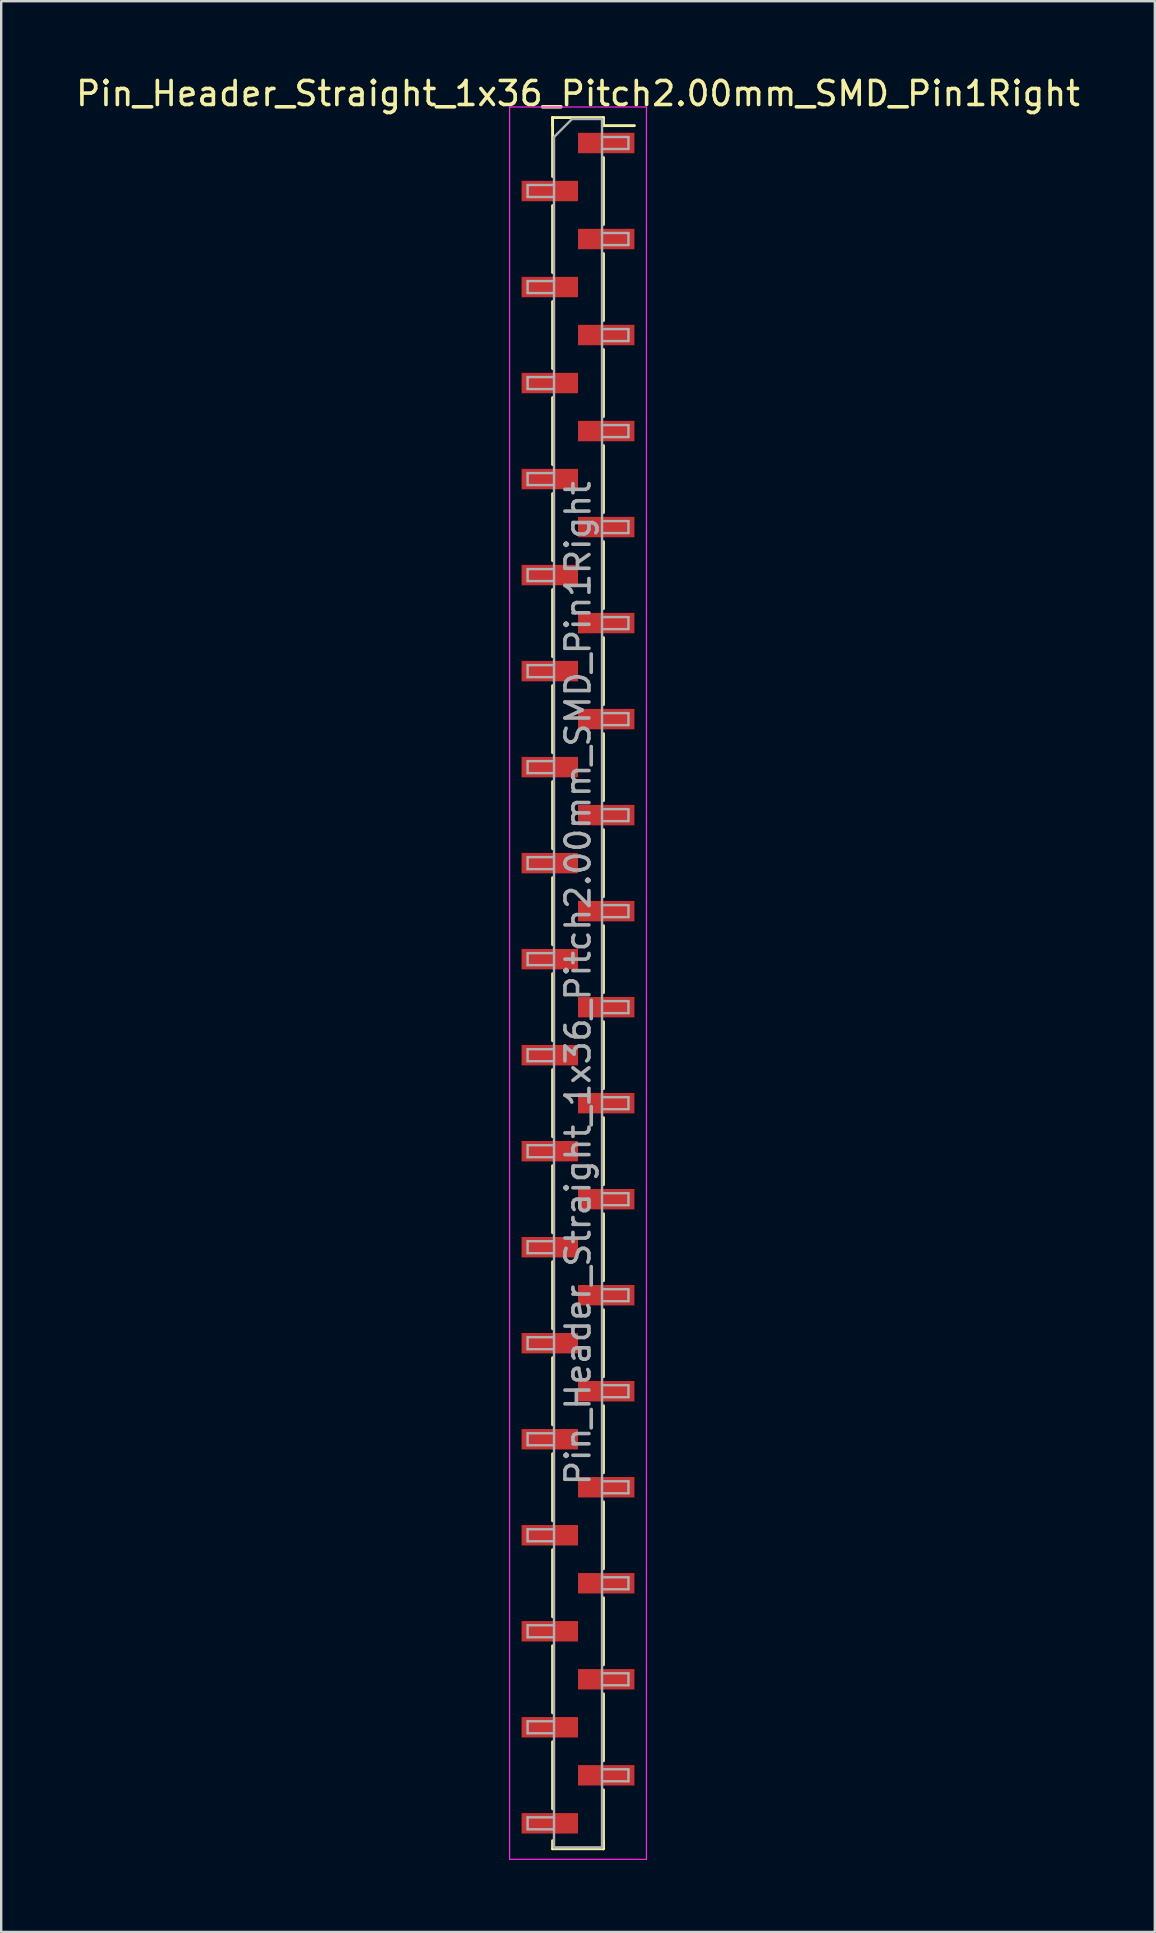
<source format=kicad_pcb>
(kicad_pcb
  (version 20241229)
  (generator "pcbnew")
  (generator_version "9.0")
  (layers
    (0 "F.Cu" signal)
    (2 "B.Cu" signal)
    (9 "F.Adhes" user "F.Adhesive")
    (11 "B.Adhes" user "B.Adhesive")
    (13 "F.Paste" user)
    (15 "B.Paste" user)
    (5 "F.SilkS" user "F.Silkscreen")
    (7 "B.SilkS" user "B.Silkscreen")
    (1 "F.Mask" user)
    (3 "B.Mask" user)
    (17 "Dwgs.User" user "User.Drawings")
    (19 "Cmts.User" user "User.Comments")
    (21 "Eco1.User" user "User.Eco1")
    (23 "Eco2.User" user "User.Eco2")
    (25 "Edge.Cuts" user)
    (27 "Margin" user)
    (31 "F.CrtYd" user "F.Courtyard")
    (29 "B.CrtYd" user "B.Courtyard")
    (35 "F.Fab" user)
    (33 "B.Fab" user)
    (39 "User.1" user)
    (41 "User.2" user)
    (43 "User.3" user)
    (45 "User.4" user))
  (footprint "Pin_Header_Straight_1x36_Pitch2.00mm_SMD_Pin1Right"
    (layer "F.Cu")
    (at 21.03 37.908)
    (property "Reference" "Pin_Header_Straight_1x36_Pitch2.00mm_SMD_Pin1Right" (at 0 -37.06 0) (layer "F.SilkS") (effects (font (size 1 1) (thickness 0.15))))
    (attr smd)
    (fp_line (start -1.06 -36.06) (end -1.06 -33.605) (stroke (width 0.12) (type solid)) (layer "F.SilkS"))
    (fp_line (start -1.06 -36.06) (end 1.06 -36.06) (stroke (width 0.12) (type solid)) (layer "F.SilkS"))
    (fp_line (start -1.06 -35.725) (end -1.06 -36.06) (stroke (width 0.12) (type solid)) (layer "F.SilkS"))
    (fp_line (start -1.06 -32.395) (end -1.06 -29.605) (stroke (width 0.12) (type solid)) (layer "F.SilkS"))
    (fp_line (start -1.06 -28.395) (end -1.06 -25.605) (stroke (width 0.12) (type solid)) (layer "F.SilkS"))
    (fp_line (start -1.06 -24.395) (end -1.06 -21.605) (stroke (width 0.12) (type solid)) (layer "F.SilkS"))
    (fp_line (start -1.06 -20.395) (end -1.06 -17.605) (stroke (width 0.12) (type solid)) (layer "F.SilkS"))
    (fp_line (start -1.06 -16.395) (end -1.06 -13.605) (stroke (width 0.12) (type solid)) (layer "F.SilkS"))
    (fp_line (start -1.06 -12.395) (end -1.06 -9.605) (stroke (width 0.12) (type solid)) (layer "F.SilkS"))
    (fp_line (start -1.06 -8.395) (end -1.06 -5.605) (stroke (width 0.12) (type solid)) (layer "F.SilkS"))
    (fp_line (start -1.06 -4.395) (end -1.06 -1.605) (stroke (width 0.12) (type solid)) (layer "F.SilkS"))
    (fp_line (start -1.06 -0.395) (end -1.06 2.395) (stroke (width 0.12) (type solid)) (layer "F.SilkS"))
    (fp_line (start -1.06 3.605) (end -1.06 6.395) (stroke (width 0.12) (type solid)) (layer "F.SilkS"))
    (fp_line (start -1.06 7.605) (end -1.06 10.395) (stroke (width 0.12) (type solid)) (layer "F.SilkS"))
    (fp_line (start -1.06 11.605) (end -1.06 14.395) (stroke (width 0.12) (type solid)) (layer "F.SilkS"))
    (fp_line (start -1.06 15.605) (end -1.06 18.395) (stroke (width 0.12) (type solid)) (layer "F.SilkS"))
    (fp_line (start -1.06 19.605) (end -1.06 22.395) (stroke (width 0.12) (type solid)) (layer "F.SilkS"))
    (fp_line (start -1.06 23.605) (end -1.06 26.395) (stroke (width 0.12) (type solid)) (layer "F.SilkS"))
    (fp_line (start -1.06 27.605) (end -1.06 30.395) (stroke (width 0.12) (type solid)) (layer "F.SilkS"))
    (fp_line (start -1.06 31.605) (end -1.06 34.395) (stroke (width 0.12) (type solid)) (layer "F.SilkS"))
    (fp_line (start -1.06 35.725) (end -1.06 36.06) (stroke (width 0.12) (type solid)) (layer "F.SilkS"))
    (fp_line (start -1.06 36.06) (end 1.06 36.06) (stroke (width 0.12) (type solid)) (layer "F.SilkS"))
    (fp_line (start 1.06 -36.06) (end 1.06 -35.725) (stroke (width 0.12) (type solid)) (layer "F.SilkS"))
    (fp_line (start 1.06 -35.725) (end 2.35 -35.725) (stroke (width 0.12) (type solid)) (layer "F.SilkS"))
    (fp_line (start 1.06 -34.395) (end 1.06 -31.605) (stroke (width 0.12) (type solid)) (layer "F.SilkS"))
    (fp_line (start 1.06 -30.395) (end 1.06 -27.605) (stroke (width 0.12) (type solid)) (layer "F.SilkS"))
    (fp_line (start 1.06 -26.395) (end 1.06 -23.605) (stroke (width 0.12) (type solid)) (layer "F.SilkS"))
    (fp_line (start 1.06 -22.395) (end 1.06 -19.605) (stroke (width 0.12) (type solid)) (layer "F.SilkS"))
    (fp_line (start 1.06 -18.395) (end 1.06 -15.605) (stroke (width 0.12) (type solid)) (layer "F.SilkS"))
    (fp_line (start 1.06 -14.395) (end 1.06 -11.605) (stroke (width 0.12) (type solid)) (layer "F.SilkS"))
    (fp_line (start 1.06 -10.395) (end 1.06 -7.605) (stroke (width 0.12) (type solid)) (layer "F.SilkS"))
    (fp_line (start 1.06 -6.395) (end 1.06 -3.605) (stroke (width 0.12) (type solid)) (layer "F.SilkS"))
    (fp_line (start 1.06 -2.395) (end 1.06 0.395) (stroke (width 0.12) (type solid)) (layer "F.SilkS"))
    (fp_line (start 1.06 1.605) (end 1.06 4.395) (stroke (width 0.12) (type solid)) (layer "F.SilkS"))
    (fp_line (start 1.06 5.605) (end 1.06 8.395) (stroke (width 0.12) (type solid)) (layer "F.SilkS"))
    (fp_line (start 1.06 9.605) (end 1.06 12.395) (stroke (width 0.12) (type solid)) (layer "F.SilkS"))
    (fp_line (start 1.06 13.605) (end 1.06 16.395) (stroke (width 0.12) (type solid)) (layer "F.SilkS"))
    (fp_line (start 1.06 17.605) (end 1.06 20.395) (stroke (width 0.12) (type solid)) (layer "F.SilkS"))
    (fp_line (start 1.06 21.605) (end 1.06 24.395) (stroke (width 0.12) (type solid)) (layer "F.SilkS"))
    (fp_line (start 1.06 25.605) (end 1.06 28.395) (stroke (width 0.12) (type solid)) (layer "F.SilkS"))
    (fp_line (start 1.06 29.605) (end 1.06 32.395) (stroke (width 0.12) (type solid)) (layer "F.SilkS"))
    (fp_line (start 1.06 33.605) (end 1.06 36.06) (stroke (width 0.12) (type solid)) (layer "F.SilkS"))
    (fp_line (start 1.06 36.06) (end 1.06 35.725) (stroke (width 0.12) (type solid)) (layer "F.SilkS"))
    (fp_line (start -2.85 -36.5) (end -2.85 36.5) (stroke (width 0.05) (type solid)) (layer "F.CrtYd"))
    (fp_line (start -2.85 36.5) (end 2.85 36.5) (stroke (width 0.05) (type solid)) (layer "F.CrtYd"))
    (fp_line (start 2.85 -36.5) (end -2.85 -36.5) (stroke (width 0.05) (type solid)) (layer "F.CrtYd"))
    (fp_line (start 2.85 36.5) (end 2.85 -36.5) (stroke (width 0.05) (type solid)) (layer "F.CrtYd"))
    (fp_line (start -2.1 -33.25) (end -2.1 -32.75) (stroke (width 0.1) (type solid)) (layer "F.Fab"))
    (fp_line (start -2.1 -32.75) (end -1 -32.75) (stroke (width 0.1) (type solid)) (layer "F.Fab"))
    (fp_line (start -2.1 -29.25) (end -2.1 -28.75) (stroke (width 0.1) (type solid)) (layer "F.Fab"))
    (fp_line (start -2.1 -28.75) (end -1 -28.75) (stroke (width 0.1) (type solid)) (layer "F.Fab"))
    (fp_line (start -2.1 -25.25) (end -2.1 -24.75) (stroke (width 0.1) (type solid)) (layer "F.Fab"))
    (fp_line (start -2.1 -24.75) (end -1 -24.75) (stroke (width 0.1) (type solid)) (layer "F.Fab"))
    (fp_line (start -2.1 -21.25) (end -2.1 -20.75) (stroke (width 0.1) (type solid)) (layer "F.Fab"))
    (fp_line (start -2.1 -20.75) (end -1 -20.75) (stroke (width 0.1) (type solid)) (layer "F.Fab"))
    (fp_line (start -2.1 -17.25) (end -2.1 -16.75) (stroke (width 0.1) (type solid)) (layer "F.Fab"))
    (fp_line (start -2.1 -16.75) (end -1 -16.75) (stroke (width 0.1) (type solid)) (layer "F.Fab"))
    (fp_line (start -2.1 -13.25) (end -2.1 -12.75) (stroke (width 0.1) (type solid)) (layer "F.Fab"))
    (fp_line (start -2.1 -12.75) (end -1 -12.75) (stroke (width 0.1) (type solid)) (layer "F.Fab"))
    (fp_line (start -2.1 -9.25) (end -2.1 -8.75) (stroke (width 0.1) (type solid)) (layer "F.Fab"))
    (fp_line (start -2.1 -8.75) (end -1 -8.75) (stroke (width 0.1) (type solid)) (layer "F.Fab"))
    (fp_line (start -2.1 -5.25) (end -2.1 -4.75) (stroke (width 0.1) (type solid)) (layer "F.Fab"))
    (fp_line (start -2.1 -4.75) (end -1 -4.75) (stroke (width 0.1) (type solid)) (layer "F.Fab"))
    (fp_line (start -2.1 -1.25) (end -2.1 -0.75) (stroke (width 0.1) (type solid)) (layer "F.Fab"))
    (fp_line (start -2.1 -0.75) (end -1 -0.75) (stroke (width 0.1) (type solid)) (layer "F.Fab"))
    (fp_line (start -2.1 2.75) (end -2.1 3.25) (stroke (width 0.1) (type solid)) (layer "F.Fab"))
    (fp_line (start -2.1 3.25) (end -1 3.25) (stroke (width 0.1) (type solid)) (layer "F.Fab"))
    (fp_line (start -2.1 6.75) (end -2.1 7.25) (stroke (width 0.1) (type solid)) (layer "F.Fab"))
    (fp_line (start -2.1 7.25) (end -1 7.25) (stroke (width 0.1) (type solid)) (layer "F.Fab"))
    (fp_line (start -2.1 10.75) (end -2.1 11.25) (stroke (width 0.1) (type solid)) (layer "F.Fab"))
    (fp_line (start -2.1 11.25) (end -1 11.25) (stroke (width 0.1) (type solid)) (layer "F.Fab"))
    (fp_line (start -2.1 14.75) (end -2.1 15.25) (stroke (width 0.1) (type solid)) (layer "F.Fab"))
    (fp_line (start -2.1 15.25) (end -1 15.25) (stroke (width 0.1) (type solid)) (layer "F.Fab"))
    (fp_line (start -2.1 18.75) (end -2.1 19.25) (stroke (width 0.1) (type solid)) (layer "F.Fab"))
    (fp_line (start -2.1 19.25) (end -1 19.25) (stroke (width 0.1) (type solid)) (layer "F.Fab"))
    (fp_line (start -2.1 22.75) (end -2.1 23.25) (stroke (width 0.1) (type solid)) (layer "F.Fab"))
    (fp_line (start -2.1 23.25) (end -1 23.25) (stroke (width 0.1) (type solid)) (layer "F.Fab"))
    (fp_line (start -2.1 26.75) (end -2.1 27.25) (stroke (width 0.1) (type solid)) (layer "F.Fab"))
    (fp_line (start -2.1 27.25) (end -1 27.25) (stroke (width 0.1) (type solid)) (layer "F.Fab"))
    (fp_line (start -2.1 30.75) (end -2.1 31.25) (stroke (width 0.1) (type solid)) (layer "F.Fab"))
    (fp_line (start -2.1 31.25) (end -1 31.25) (stroke (width 0.1) (type solid)) (layer "F.Fab"))
    (fp_line (start -2.1 34.75) (end -2.1 35.25) (stroke (width 0.1) (type solid)) (layer "F.Fab"))
    (fp_line (start -2.1 35.25) (end -1 35.25) (stroke (width 0.1) (type solid)) (layer "F.Fab"))
    (fp_line (start -1 -35.25) (end -0.25 -36) (stroke (width 0.1) (type solid)) (layer "F.Fab"))
    (fp_line (start -1 -33.25) (end -2.1 -33.25) (stroke (width 0.1) (type solid)) (layer "F.Fab"))
    (fp_line (start -1 -29.25) (end -2.1 -29.25) (stroke (width 0.1) (type solid)) (layer "F.Fab"))
    (fp_line (start -1 -25.25) (end -2.1 -25.25) (stroke (width 0.1) (type solid)) (layer "F.Fab"))
    (fp_line (start -1 -21.25) (end -2.1 -21.25) (stroke (width 0.1) (type solid)) (layer "F.Fab"))
    (fp_line (start -1 -17.25) (end -2.1 -17.25) (stroke (width 0.1) (type solid)) (layer "F.Fab"))
    (fp_line (start -1 -13.25) (end -2.1 -13.25) (stroke (width 0.1) (type solid)) (layer "F.Fab"))
    (fp_line (start -1 -9.25) (end -2.1 -9.25) (stroke (width 0.1) (type solid)) (layer "F.Fab"))
    (fp_line (start -1 -5.25) (end -2.1 -5.25) (stroke (width 0.1) (type solid)) (layer "F.Fab"))
    (fp_line (start -1 -1.25) (end -2.1 -1.25) (stroke (width 0.1) (type solid)) (layer "F.Fab"))
    (fp_line (start -1 2.75) (end -2.1 2.75) (stroke (width 0.1) (type solid)) (layer "F.Fab"))
    (fp_line (start -1 6.75) (end -2.1 6.75) (stroke (width 0.1) (type solid)) (layer "F.Fab"))
    (fp_line (start -1 10.75) (end -2.1 10.75) (stroke (width 0.1) (type solid)) (layer "F.Fab"))
    (fp_line (start -1 14.75) (end -2.1 14.75) (stroke (width 0.1) (type solid)) (layer "F.Fab"))
    (fp_line (start -1 18.75) (end -2.1 18.75) (stroke (width 0.1) (type solid)) (layer "F.Fab"))
    (fp_line (start -1 22.75) (end -2.1 22.75) (stroke (width 0.1) (type solid)) (layer "F.Fab"))
    (fp_line (start -1 26.75) (end -2.1 26.75) (stroke (width 0.1) (type solid)) (layer "F.Fab"))
    (fp_line (start -1 30.75) (end -2.1 30.75) (stroke (width 0.1) (type solid)) (layer "F.Fab"))
    (fp_line (start -1 34.75) (end -2.1 34.75) (stroke (width 0.1) (type solid)) (layer "F.Fab"))
    (fp_line (start -1 36) (end -1 -35.25) (stroke (width 0.1) (type solid)) (layer "F.Fab"))
    (fp_line (start -0.25 -36) (end 1 -36) (stroke (width 0.1) (type solid)) (layer "F.Fab"))
    (fp_line (start 1 -36) (end 1 36) (stroke (width 0.1) (type solid)) (layer "F.Fab"))
    (fp_line (start 1 -35.25) (end 2.1 -35.25) (stroke (width 0.1) (type solid)) (layer "F.Fab"))
    (fp_line (start 1 -31.25) (end 2.1 -31.25) (stroke (width 0.1) (type solid)) (layer "F.Fab"))
    (fp_line (start 1 -27.25) (end 2.1 -27.25) (stroke (width 0.1) (type solid)) (layer "F.Fab"))
    (fp_line (start 1 -23.25) (end 2.1 -23.25) (stroke (width 0.1) (type solid)) (layer "F.Fab"))
    (fp_line (start 1 -19.25) (end 2.1 -19.25) (stroke (width 0.1) (type solid)) (layer "F.Fab"))
    (fp_line (start 1 -15.25) (end 2.1 -15.25) (stroke (width 0.1) (type solid)) (layer "F.Fab"))
    (fp_line (start 1 -11.25) (end 2.1 -11.25) (stroke (width 0.1) (type solid)) (layer "F.Fab"))
    (fp_line (start 1 -7.25) (end 2.1 -7.25) (stroke (width 0.1) (type solid)) (layer "F.Fab"))
    (fp_line (start 1 -3.25) (end 2.1 -3.25) (stroke (width 0.1) (type solid)) (layer "F.Fab"))
    (fp_line (start 1 0.75) (end 2.1 0.75) (stroke (width 0.1) (type solid)) (layer "F.Fab"))
    (fp_line (start 1 4.75) (end 2.1 4.75) (stroke (width 0.1) (type solid)) (layer "F.Fab"))
    (fp_line (start 1 8.75) (end 2.1 8.75) (stroke (width 0.1) (type solid)) (layer "F.Fab"))
    (fp_line (start 1 12.75) (end 2.1 12.75) (stroke (width 0.1) (type solid)) (layer "F.Fab"))
    (fp_line (start 1 16.75) (end 2.1 16.75) (stroke (width 0.1) (type solid)) (layer "F.Fab"))
    (fp_line (start 1 20.75) (end 2.1 20.75) (stroke (width 0.1) (type solid)) (layer "F.Fab"))
    (fp_line (start 1 24.75) (end 2.1 24.75) (stroke (width 0.1) (type solid)) (layer "F.Fab"))
    (fp_line (start 1 28.75) (end 2.1 28.75) (stroke (width 0.1) (type solid)) (layer "F.Fab"))
    (fp_line (start 1 32.75) (end 2.1 32.75) (stroke (width 0.1) (type solid)) (layer "F.Fab"))
    (fp_line (start 1 36) (end -1 36) (stroke (width 0.1) (type solid)) (layer "F.Fab"))
    (fp_line (start 2.1 -35.25) (end 2.1 -34.75) (stroke (width 0.1) (type solid)) (layer "F.Fab"))
    (fp_line (start 2.1 -34.75) (end 1 -34.75) (stroke (width 0.1) (type solid)) (layer "F.Fab"))
    (fp_line (start 2.1 -31.25) (end 2.1 -30.75) (stroke (width 0.1) (type solid)) (layer "F.Fab"))
    (fp_line (start 2.1 -30.75) (end 1 -30.75) (stroke (width 0.1) (type solid)) (layer "F.Fab"))
    (fp_line (start 2.1 -27.25) (end 2.1 -26.75) (stroke (width 0.1) (type solid)) (layer "F.Fab"))
    (fp_line (start 2.1 -26.75) (end 1 -26.75) (stroke (width 0.1) (type solid)) (layer "F.Fab"))
    (fp_line (start 2.1 -23.25) (end 2.1 -22.75) (stroke (width 0.1) (type solid)) (layer "F.Fab"))
    (fp_line (start 2.1 -22.75) (end 1 -22.75) (stroke (width 0.1) (type solid)) (layer "F.Fab"))
    (fp_line (start 2.1 -19.25) (end 2.1 -18.75) (stroke (width 0.1) (type solid)) (layer "F.Fab"))
    (fp_line (start 2.1 -18.75) (end 1 -18.75) (stroke (width 0.1) (type solid)) (layer "F.Fab"))
    (fp_line (start 2.1 -15.25) (end 2.1 -14.75) (stroke (width 0.1) (type solid)) (layer "F.Fab"))
    (fp_line (start 2.1 -14.75) (end 1 -14.75) (stroke (width 0.1) (type solid)) (layer "F.Fab"))
    (fp_line (start 2.1 -11.25) (end 2.1 -10.75) (stroke (width 0.1) (type solid)) (layer "F.Fab"))
    (fp_line (start 2.1 -10.75) (end 1 -10.75) (stroke (width 0.1) (type solid)) (layer "F.Fab"))
    (fp_line (start 2.1 -7.25) (end 2.1 -6.75) (stroke (width 0.1) (type solid)) (layer "F.Fab"))
    (fp_line (start 2.1 -6.75) (end 1 -6.75) (stroke (width 0.1) (type solid)) (layer "F.Fab"))
    (fp_line (start 2.1 -3.25) (end 2.1 -2.75) (stroke (width 0.1) (type solid)) (layer "F.Fab"))
    (fp_line (start 2.1 -2.75) (end 1 -2.75) (stroke (width 0.1) (type solid)) (layer "F.Fab"))
    (fp_line (start 2.1 0.75) (end 2.1 1.25) (stroke (width 0.1) (type solid)) (layer "F.Fab"))
    (fp_line (start 2.1 1.25) (end 1 1.25) (stroke (width 0.1) (type solid)) (layer "F.Fab"))
    (fp_line (start 2.1 4.75) (end 2.1 5.25) (stroke (width 0.1) (type solid)) (layer "F.Fab"))
    (fp_line (start 2.1 5.25) (end 1 5.25) (stroke (width 0.1) (type solid)) (layer "F.Fab"))
    (fp_line (start 2.1 8.75) (end 2.1 9.25) (stroke (width 0.1) (type solid)) (layer "F.Fab"))
    (fp_line (start 2.1 9.25) (end 1 9.25) (stroke (width 0.1) (type solid)) (layer "F.Fab"))
    (fp_line (start 2.1 12.75) (end 2.1 13.25) (stroke (width 0.1) (type solid)) (layer "F.Fab"))
    (fp_line (start 2.1 13.25) (end 1 13.25) (stroke (width 0.1) (type solid)) (layer "F.Fab"))
    (fp_line (start 2.1 16.75) (end 2.1 17.25) (stroke (width 0.1) (type solid)) (layer "F.Fab"))
    (fp_line (start 2.1 17.25) (end 1 17.25) (stroke (width 0.1) (type solid)) (layer "F.Fab"))
    (fp_line (start 2.1 20.75) (end 2.1 21.25) (stroke (width 0.1) (type solid)) (layer "F.Fab"))
    (fp_line (start 2.1 21.25) (end 1 21.25) (stroke (width 0.1) (type solid)) (layer "F.Fab"))
    (fp_line (start 2.1 24.75) (end 2.1 25.25) (stroke (width 0.1) (type solid)) (layer "F.Fab"))
    (fp_line (start 2.1 25.25) (end 1 25.25) (stroke (width 0.1) (type solid)) (layer "F.Fab"))
    (fp_line (start 2.1 28.75) (end 2.1 29.25) (stroke (width 0.1) (type solid)) (layer "F.Fab"))
    (fp_line (start 2.1 29.25) (end 1 29.25) (stroke (width 0.1) (type solid)) (layer "F.Fab"))
    (fp_line (start 2.1 32.75) (end 2.1 33.25) (stroke (width 0.1) (type solid)) (layer "F.Fab"))
    (fp_line (start 2.1 33.25) (end 1 33.25) (stroke (width 0.1) (type solid)) (layer "F.Fab"))
    (fp_text user "${REFERENCE}" (at 0 0 90) (layer "F.Fab") (effects (font (size 1 1) (thickness 0.15))))
    (pad "1" smd rect (at 1.175 -35) (size 2.35 0.85) (layers "F.Cu" "F.Mask" "F.Paste"))
    (pad "2" smd rect (at -1.175 -33) (size 2.35 0.85) (layers "F.Cu" "F.Mask" "F.Paste"))
    (pad "3" smd rect (at 1.175 -31) (size 2.35 0.85) (layers "F.Cu" "F.Mask" "F.Paste"))
    (pad "4" smd rect (at -1.175 -29) (size 2.35 0.85) (layers "F.Cu" "F.Mask" "F.Paste"))
    (pad "5" smd rect (at 1.175 -27) (size 2.35 0.85) (layers "F.Cu" "F.Mask" "F.Paste"))
    (pad "6" smd rect (at -1.175 -25) (size 2.35 0.85) (layers "F.Cu" "F.Mask" "F.Paste"))
    (pad "7" smd rect (at 1.175 -23) (size 2.35 0.85) (layers "F.Cu" "F.Mask" "F.Paste"))
    (pad "8" smd rect (at -1.175 -21) (size 2.35 0.85) (layers "F.Cu" "F.Mask" "F.Paste"))
    (pad "9" smd rect (at 1.175 -19) (size 2.35 0.85) (layers "F.Cu" "F.Mask" "F.Paste"))
    (pad "10" smd rect (at -1.175 -17) (size 2.35 0.85) (layers "F.Cu" "F.Mask" "F.Paste"))
    (pad "11" smd rect (at 1.175 -15) (size 2.35 0.85) (layers "F.Cu" "F.Mask" "F.Paste"))
    (pad "12" smd rect (at -1.175 -13) (size 2.35 0.85) (layers "F.Cu" "F.Mask" "F.Paste"))
    (pad "13" smd rect (at 1.175 -11) (size 2.35 0.85) (layers "F.Cu" "F.Mask" "F.Paste"))
    (pad "14" smd rect (at -1.175 -9) (size 2.35 0.85) (layers "F.Cu" "F.Mask" "F.Paste"))
    (pad "15" smd rect (at 1.175 -7) (size 2.35 0.85) (layers "F.Cu" "F.Mask" "F.Paste"))
    (pad "16" smd rect (at -1.175 -5) (size 2.35 0.85) (layers "F.Cu" "F.Mask" "F.Paste"))
    (pad "17" smd rect (at 1.175 -3) (size 2.35 0.85) (layers "F.Cu" "F.Mask" "F.Paste"))
    (pad "18" smd rect (at -1.175 -1) (size 2.35 0.85) (layers "F.Cu" "F.Mask" "F.Paste"))
    (pad "19" smd rect (at 1.175 1) (size 2.35 0.85) (layers "F.Cu" "F.Mask" "F.Paste"))
    (pad "20" smd rect (at -1.175 3) (size 2.35 0.85) (layers "F.Cu" "F.Mask" "F.Paste"))
    (pad "21" smd rect (at 1.175 5) (size 2.35 0.85) (layers "F.Cu" "F.Mask" "F.Paste"))
    (pad "22" smd rect (at -1.175 7) (size 2.35 0.85) (layers "F.Cu" "F.Mask" "F.Paste"))
    (pad "23" smd rect (at 1.175 9) (size 2.35 0.85) (layers "F.Cu" "F.Mask" "F.Paste"))
    (pad "24" smd rect (at -1.175 11) (size 2.35 0.85) (layers "F.Cu" "F.Mask" "F.Paste"))
    (pad "25" smd rect (at 1.175 13) (size 2.35 0.85) (layers "F.Cu" "F.Mask" "F.Paste"))
    (pad "26" smd rect (at -1.175 15) (size 2.35 0.85) (layers "F.Cu" "F.Mask" "F.Paste"))
    (pad "27" smd rect (at 1.175 17) (size 2.35 0.85) (layers "F.Cu" "F.Mask" "F.Paste"))
    (pad "28" smd rect (at -1.175 19) (size 2.35 0.85) (layers "F.Cu" "F.Mask" "F.Paste"))
    (pad "29" smd rect (at 1.175 21) (size 2.35 0.85) (layers "F.Cu" "F.Mask" "F.Paste"))
    (pad "30" smd rect (at -1.175 23) (size 2.35 0.85) (layers "F.Cu" "F.Mask" "F.Paste"))
    (pad "31" smd rect (at 1.175 25) (size 2.35 0.85) (layers "F.Cu" "F.Mask" "F.Paste"))
    (pad "32" smd rect (at -1.175 27) (size 2.35 0.85) (layers "F.Cu" "F.Mask" "F.Paste"))
    (pad "33" smd rect (at 1.175 29) (size 2.35 0.85) (layers "F.Cu" "F.Mask" "F.Paste"))
    (pad "34" smd rect (at -1.175 31) (size 2.35 0.85) (layers "F.Cu" "F.Mask" "F.Paste"))
    (pad "35" smd rect (at 1.175 33) (size 2.35 0.85) (layers "F.Cu" "F.Mask" "F.Paste"))
    (pad "36" smd rect (at -1.175 35) (size 2.35 0.85) (layers "F.Cu" "F.Mask" "F.Paste")))
  (gr_rect
    (start -3 -3)
    (end 45.06 77.433)
    (stroke (width 0.1) (type default))
    (fill no)
    (layer "Edge.Cuts")))
</source>
